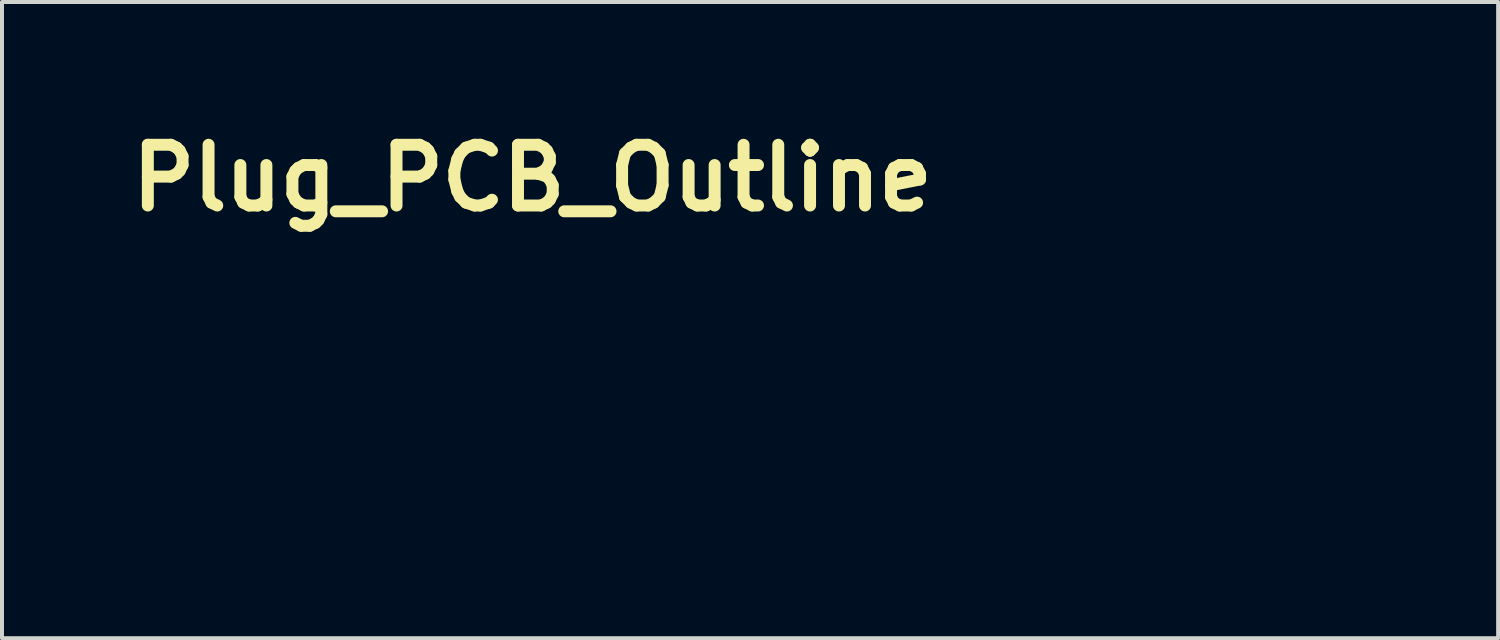
<source format=kicad_pcb>
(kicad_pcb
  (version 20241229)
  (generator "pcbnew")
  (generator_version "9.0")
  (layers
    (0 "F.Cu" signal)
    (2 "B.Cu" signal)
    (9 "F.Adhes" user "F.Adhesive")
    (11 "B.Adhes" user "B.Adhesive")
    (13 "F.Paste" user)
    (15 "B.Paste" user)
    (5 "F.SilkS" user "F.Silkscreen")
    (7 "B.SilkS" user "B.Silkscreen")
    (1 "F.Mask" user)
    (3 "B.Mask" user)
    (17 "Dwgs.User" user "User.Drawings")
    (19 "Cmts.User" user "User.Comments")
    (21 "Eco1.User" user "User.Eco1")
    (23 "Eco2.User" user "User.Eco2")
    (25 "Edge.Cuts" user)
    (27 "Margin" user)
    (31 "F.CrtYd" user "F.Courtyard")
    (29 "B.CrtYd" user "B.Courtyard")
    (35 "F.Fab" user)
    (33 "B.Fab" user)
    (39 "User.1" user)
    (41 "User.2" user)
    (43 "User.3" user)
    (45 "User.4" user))
  (footprint "Plug_PCB_Outline"
    (layer "F.Cu")
    (at 19.212 5.618)
    (property "Reference" "Plug_PCB_Outline" (at -8.9 -4.2 0) (layer "F.SilkS") (effects (font (size 1.524 1.524) (thickness 0.3))))
    (attr through_hole)
    (fp_poly (pts (xy 9.528 -4.338) (xy 9.56 -4.327) (xy 9.612 -4.306) (xy 9.68 -4.275) (xy 9.758 -4.238) (xy 9.842 -4.197) (xy 9.929 -4.153) (xy 10.013 -4.109) (xy 10.091 -4.066) (xy 10.157 -4.029) (xy 10.168 -4.022) (xy 10.411 -3.863) (xy 10.642 -3.69) (xy 10.865 -3.498) (xy 11.058 -3.31) (xy 11.256 -3.098) (xy 11.431 -2.886) (xy 11.588 -2.669) (xy 11.73 -2.439) (xy 11.864 -2.192) (xy 11.902 -2.114) (xy 12.007 -1.885) (xy 12.093 -1.664) (xy 12.166 -1.442) (xy 12.227 -1.211) (xy 12.245 -1.132) (xy 12.266 -1.036) (xy 12.283 -0.952) (xy 12.297 -0.874) (xy 12.308 -0.8) (xy 12.316 -0.724) (xy 12.321 -0.642) (xy 12.325 -0.55) (xy 12.327 -0.444) (xy 12.329 -0.32) (xy 12.329 -0.172) (xy 12.329 -0.157) (xy 12.328 0.005) (xy 12.327 0.144) (xy 12.323 0.264) (xy 12.317 0.37) (xy 12.309 0.467) (xy 12.297 0.559) (xy 12.282 0.65) (xy 12.263 0.745) (xy 12.239 0.848) (xy 12.212 0.955) (xy 12.114 1.288) (xy 11.991 1.609) (xy 11.845 1.918) (xy 11.677 2.214) (xy 11.488 2.495) (xy 11.279 2.761) (xy 11.052 3.01) (xy 10.806 3.241) (xy 10.544 3.454) (xy 10.267 3.647) (xy 9.976 3.819) (xy 9.671 3.969) (xy 9.354 4.096) (xy 9.026 4.199) (xy 8.738 4.267) (xy 8.716 4.272) (xy 8.696 4.277) (xy 8.677 4.281) (xy 8.66 4.285) (xy 8.643 4.289) (xy 8.626 4.293) (xy 8.609 4.296) (xy 8.59 4.3) (xy 8.569 4.303) (xy 8.546 4.306) (xy 8.52 4.309) (xy 8.49 4.312) (xy 8.456 4.314) (xy 8.417 4.317) (xy 8.373 4.319) (xy 8.323 4.321) (xy 8.266 4.323) (xy 8.202 4.325) (xy 8.13 4.327) (xy 8.05 4.329) (xy 7.961 4.33) (xy 7.863 4.332) (xy 7.754 4.333) (xy 7.634 4.334) (xy 7.504 4.335) (xy 7.361 4.336) (xy 7.206 4.337) (xy 7.037 4.338) (xy 6.856 4.339) (xy 6.659 4.34) (xy 6.448 4.34) (xy 6.222 4.341) (xy 5.979 4.341) (xy 5.72 4.342) (xy 5.443 4.342) (xy 5.149 4.342) (xy 4.836 4.343) (xy 4.505 4.343) (xy 4.153 4.343) (xy 3.782 4.343) (xy 3.39 4.343) (xy 2.976 4.343) (xy 2.541 4.343) (xy 2.082 4.343) (xy 1.601 4.343) (xy 1.096 4.343) (xy 0.567 4.343) (xy 0.013 4.343) (xy -0.567 4.343) (xy -1.173 4.343) (xy -1.806 4.343) (xy -12.329 4.343) (xy -12.329 2.295) (xy 6.272 2.295) (xy 6.294 2.417) (xy 6.34 2.526) (xy 6.405 2.62) (xy 6.487 2.699) (xy 6.582 2.759) (xy 6.689 2.799) (xy 6.804 2.817) (xy 6.925 2.81) (xy 7.015 2.79) (xy 7.126 2.742) (xy 7.221 2.671) (xy 7.3 2.579) (xy 7.34 2.512) (xy 7.385 2.398) (xy 7.404 2.283) (xy 7.403 2.245) (xy 8.274 2.245) (xy 8.287 2.373) (xy 8.324 2.489) (xy 8.384 2.592) (xy 8.465 2.679) (xy 8.567 2.748) (xy 8.67 2.792) (xy 8.77 2.813) (xy 8.879 2.814) (xy 8.988 2.797) (xy 9.077 2.765) (xy 9.183 2.702) (xy 9.27 2.62) (xy 9.338 2.524) (xy 9.385 2.417) (xy 9.407 2.301) (xy 9.405 2.182) (xy 9.401 2.159) (xy 9.367 2.035) (xy 9.311 1.927) (xy 9.234 1.836) (xy 9.14 1.765) (xy 9.028 1.714) (xy 8.964 1.696) (xy 8.844 1.682) (xy 8.728 1.693) (xy 8.618 1.727) (xy 8.519 1.781) (xy 8.433 1.854) (xy 8.363 1.942) (xy 8.311 2.043) (xy 8.281 2.156) (xy 8.274 2.245) (xy 7.403 2.245) (xy 7.4 2.169) (xy 7.373 2.06) (xy 7.325 1.959) (xy 7.258 1.868) (xy 7.174 1.792) (xy 7.073 1.733) (xy 6.959 1.695) (xy 6.925 1.688) (xy 6.805 1.681) (xy 6.691 1.699) (xy 6.585 1.74) (xy 6.49 1.8) (xy 6.408 1.877) (xy 6.343 1.969) (xy 6.297 2.073) (xy 6.273 2.187) (xy 6.272 2.295) (xy -12.329 2.295) (xy -12.329 1.697) (xy -8.361 1.697) (xy -8.349 1.777) (xy -8.315 1.846) (xy -8.264 1.898) (xy -8.219 1.923) (xy -8.155 1.936) (xy -8.083 1.934) (xy -8.016 1.917) (xy -7.997 1.908) (xy -7.937 1.861) (xy -7.9 1.801) (xy -7.885 1.73) (xy -5.604 1.73) (xy -5.584 1.802) (xy -5.545 1.864) (xy -5.491 1.908) (xy -5.434 1.929) (xy -5.367 1.936) (xy -5.3 1.931) (xy -5.243 1.912) (xy -5.227 1.902) (xy -5.174 1.853) (xy -5.143 1.796) (xy -5.13 1.724) (xy -5.13 1.721) (xy -5.131 1.693) (xy -2.845 1.693) (xy -2.838 1.769) (xy -2.815 1.829) (xy -2.774 1.879) (xy -2.714 1.917) (xy -2.642 1.936) (xy -2.566 1.935) (xy -2.494 1.913) (xy -2.482 1.907) (xy -2.424 1.86) (xy -2.386 1.799) (xy -2.368 1.731) (xy -2.369 1.669) (xy -0.095 1.669) (xy -0.09 1.744) (xy -0.064 1.816) (xy -0.019 1.878) (xy 0.038 1.917) (xy 0.112 1.934) (xy 0.161 1.934) (xy 0.23 1.926) (xy 0.277 1.907) (xy 0.285 1.902) (xy 0.341 1.849) (xy 0.373 1.787) (xy 0.385 1.711) (xy 0.385 1.697) (xy 0.374 1.613) (xy 0.342 1.546) (xy 0.29 1.497) (xy 0.22 1.468) (xy 0.169 1.46) (xy 0.087 1.466) (xy 0.017 1.494) (xy -0.038 1.54) (xy -0.076 1.6) (xy -0.095 1.669) (xy -2.369 1.669) (xy -2.369 1.66) (xy -2.39 1.592) (xy -2.43 1.532) (xy -2.488 1.487) (xy -2.534 1.467) (xy -2.579 1.459) (xy -2.629 1.46) (xy -2.71 1.477) (xy -2.774 1.515) (xy -2.818 1.571) (xy -2.842 1.645) (xy -2.845 1.693) (xy -5.131 1.693) (xy -5.134 1.634) (xy -5.16 1.563) (xy -5.206 1.509) (xy -5.272 1.475) (xy -5.352 1.46) (xy -5.434 1.466) (xy -5.501 1.493) (xy -5.553 1.543) (xy -5.576 1.579) (xy -5.601 1.654) (xy -5.604 1.73) (xy -7.885 1.73) (xy -7.884 1.725) (xy -7.883 1.697) (xy -7.893 1.615) (xy -7.923 1.55) (xy -7.975 1.502) (xy -8.004 1.485) (xy -8.084 1.46) (xy -8.16 1.458) (xy -8.23 1.479) (xy -8.288 1.519) (xy -8.332 1.577) (xy -8.356 1.649) (xy -8.361 1.697) (xy -12.329 1.697) (xy -12.329 -0.701) (xy -9.827 -0.701) (xy -9.827 1.196) (xy 1.856 1.196) (xy 1.856 0.217) (xy 4.769 0.217) (xy 4.775 0.334) (xy 4.803 0.447) (xy 4.852 0.55) (xy 4.854 0.552) (xy 4.931 0.649) (xy 5.023 0.724) (xy 5.129 0.775) (xy 5.249 0.802) (xy 5.354 0.807) (xy 5.421 0.803) (xy 5.472 0.796) (xy 5.518 0.782) (xy 5.569 0.76) (xy 5.68 0.695) (xy 5.768 0.614) (xy 5.834 0.519) (xy 5.876 0.409) (xy 5.894 0.285) (xy 5.894 0.215) (xy 6.476 0.215) (xy 6.481 0.344) (xy 6.509 0.458) (xy 6.56 0.559) (xy 6.635 0.648) (xy 6.645 0.658) (xy 6.738 0.73) (xy 6.837 0.777) (xy 6.946 0.802) (xy 7.058 0.807) (xy 7.125 0.803) (xy 7.176 0.796) (xy 7.222 0.782) (xy 7.273 0.76) (xy 7.383 0.695) (xy 7.471 0.614) (xy 7.537 0.518) (xy 7.579 0.408) (xy 7.597 0.291) (xy 7.776 0.291) (xy 7.795 0.402) (xy 7.837 0.508) (xy 7.901 0.605) (xy 7.925 0.632) (xy 8.009 0.709) (xy 8.099 0.763) (xy 8.197 0.795) (xy 8.31 0.807) (xy 8.364 0.807) (xy 8.431 0.803) (xy 8.482 0.796) (xy 8.528 0.782) (xy 8.579 0.76) (xy 8.683 0.7) (xy 8.766 0.624) (xy 8.831 0.529) (xy 8.846 0.501) (xy 8.874 0.441) (xy 8.89 0.389) (xy 8.899 0.331) (xy 8.903 0.286) (xy 8.903 0.274) (xy 9.777 0.274) (xy 9.795 0.389) (xy 9.836 0.498) (xy 9.897 0.597) (xy 9.976 0.68) (xy 10.071 0.744) (xy 10.083 0.75) (xy 10.143 0.778) (xy 10.196 0.795) (xy 10.25 0.804) (xy 10.315 0.807) (xy 10.37 0.806) (xy 10.437 0.803) (xy 10.487 0.796) (xy 10.532 0.783) (xy 10.584 0.761) (xy 10.587 0.76) (xy 10.693 0.696) (xy 10.78 0.613) (xy 10.846 0.515) (xy 10.89 0.404) (xy 10.91 0.282) (xy 10.909 0.195) (xy 10.887 0.077) (xy 10.842 -0.03) (xy 10.777 -0.124) (xy 10.695 -0.203) (xy 10.598 -0.264) (xy 10.491 -0.305) (xy 10.376 -0.322) (xy 10.263 -0.316) (xy 10.14 -0.284) (xy 10.032 -0.23) (xy 9.939 -0.155) (xy 9.865 -0.062) (xy 9.812 0.048) (xy 9.783 0.157) (xy 9.777 0.274) (xy 8.903 0.274) (xy 8.9 0.158) (xy 8.873 0.044) (xy 8.823 -0.059) (xy 8.747 -0.152) (xy 8.727 -0.171) (xy 8.629 -0.245) (xy 8.52 -0.294) (xy 8.405 -0.319) (xy 8.284 -0.319) (xy 8.163 -0.293) (xy 8.088 -0.263) (xy 7.988 -0.202) (xy 7.907 -0.124) (xy 7.844 -0.032) (xy 7.801 0.071) (xy 7.778 0.179) (xy 7.776 0.291) (xy 7.597 0.291) (xy 7.598 0.283) (xy 7.598 0.206) (xy 7.593 0.138) (xy 7.584 0.087) (xy 7.568 0.039) (xy 7.548 -0.005) (xy 7.482 -0.109) (xy 7.396 -0.195) (xy 7.294 -0.261) (xy 7.179 -0.305) (xy 7.123 -0.317) (xy 7.005 -0.322) (xy 6.889 -0.303) (xy 6.78 -0.261) (xy 6.681 -0.198) (xy 6.598 -0.117) (xy 6.533 -0.02) (xy 6.525 -0.003) (xy 6.502 0.05) (xy 6.488 0.098) (xy 6.48 0.152) (xy 6.476 0.215) (xy 5.894 0.215) (xy 5.889 0.146) (xy 5.881 0.093) (xy 5.866 0.045) (xy 5.845 -0.003) (xy 5.784 -0.103) (xy 5.703 -0.186) (xy 5.607 -0.252) (xy 5.5 -0.298) (xy 5.386 -0.321) (xy 5.27 -0.32) (xy 5.246 -0.316) (xy 5.124 -0.282) (xy 5.015 -0.225) (xy 4.922 -0.147) (xy 4.847 -0.05) (xy 4.822 -0.005) (xy 4.785 0.101) (xy 4.769 0.217) (xy 1.856 0.217) (xy 1.856 -0.701) (xy -9.827 -0.701) (xy -12.329 -0.701) (xy -12.329 -1.207) (xy -6.982 -1.207) (xy -6.97 -1.126) (xy -6.936 -1.058) (xy -6.884 -1.006) (xy -6.818 -0.975) (xy -6.74 -0.966) (xy -6.724 -0.967) (xy -6.672 -0.977) (xy -6.622 -0.994) (xy -6.605 -1.003) (xy -6.554 -1.049) (xy -6.52 -1.111) (xy -6.504 -1.183) (xy -6.505 -1.196) (xy -4.23 -1.196) (xy -4.226 -1.167) (xy -4.201 -1.097) (xy -4.156 -1.036) (xy -4.095 -0.991) (xy -4.024 -0.966) (xy -3.986 -0.962) (xy -3.943 -0.969) (xy -3.894 -0.985) (xy -3.876 -0.993) (xy -3.814 -1.037) (xy -3.772 -1.094) (xy -3.749 -1.159) (xy -3.744 -1.228) (xy -3.745 -1.232) (xy -1.468 -1.232) (xy -1.463 -1.147) (xy -1.435 -1.075) (xy -1.387 -1.018) (xy -1.319 -0.979) (xy -1.307 -0.974) (xy -1.253 -0.967) (xy -1.189 -0.972) (xy -1.128 -0.987) (xy -1.093 -1.003) (xy -1.042 -1.05) (xy -1.008 -1.114) (xy -0.992 -1.19) (xy -0.993 -1.232) (xy -1.011 -1.308) (xy -1.048 -1.369) (xy -1.1 -1.414) (xy -1.162 -1.441) (xy -1.23 -1.45) (xy -1.3 -1.44) (xy -1.366 -1.408) (xy -1.425 -1.355) (xy -1.434 -1.343) (xy -1.454 -1.302) (xy -1.466 -1.245) (xy -1.468 -1.232) (xy -3.745 -1.232) (xy -3.758 -1.294) (xy -3.789 -1.354) (xy -3.838 -1.403) (xy -3.903 -1.435) (xy -3.923 -1.44) (xy -4.006 -1.446) (xy -4.08 -1.429) (xy -4.144 -1.392) (xy -4.192 -1.339) (xy -4.222 -1.273) (xy -4.23 -1.196) (xy -6.505 -1.196) (xy -6.507 -1.256) (xy -6.529 -1.324) (xy -6.548 -1.353) (xy -6.604 -1.408) (xy -6.671 -1.439) (xy -6.742 -1.447) (xy -6.825 -1.435) (xy -6.893 -1.402) (xy -6.943 -1.348) (xy -6.974 -1.278) (xy -6.982 -1.207) (xy -12.329 -1.207) (xy -12.329 -1.736) (xy 5.267 -1.736) (xy 5.284 -1.624) (xy 5.321 -1.517) (xy 5.376 -1.419) (xy 5.448 -1.337) (xy 5.523 -1.282) (xy 5.604 -1.239) (xy 5.678 -1.213) (xy 5.757 -1.201) (xy 5.85 -1.199) (xy 5.855 -1.199) (xy 5.923 -1.203) (xy 5.974 -1.209) (xy 6.018 -1.221) (xy 6.065 -1.241) (xy 6.078 -1.247) (xy 6.181 -1.309) (xy 6.265 -1.387) (xy 6.328 -1.477) (xy 6.373 -1.576) (xy 6.397 -1.681) (xy 6.401 -1.768) (xy 7.274 -1.768) (xy 7.281 -1.659) (xy 7.308 -1.554) (xy 7.354 -1.456) (xy 7.42 -1.369) (xy 7.505 -1.297) (xy 7.531 -1.281) (xy 7.611 -1.239) (xy 7.685 -1.213) (xy 7.763 -1.201) (xy 7.856 -1.199) (xy 7.863 -1.199) (xy 7.929 -1.202) (xy 7.978 -1.208) (xy 8.019 -1.219) (xy 8.063 -1.237) (xy 8.09 -1.25) (xy 8.191 -1.314) (xy 8.274 -1.393) (xy 8.336 -1.485) (xy 8.378 -1.585) (xy 8.401 -1.691) (xy 8.403 -1.732) (xy 9.279 -1.732) (xy 9.293 -1.623) (xy 9.327 -1.519) (xy 9.383 -1.423) (xy 9.459 -1.337) (xy 9.532 -1.281) (xy 9.615 -1.237) (xy 9.702 -1.211) (xy 9.803 -1.2) (xy 9.87 -1.2) (xy 9.936 -1.203) (xy 9.985 -1.208) (xy 10.026 -1.219) (xy 10.069 -1.237) (xy 10.093 -1.248) (xy 10.197 -1.314) (xy 10.281 -1.397) (xy 10.346 -1.494) (xy 10.388 -1.601) (xy 10.408 -1.716) (xy 10.405 -1.835) (xy 10.376 -1.954) (xy 10.351 -2.014) (xy 10.29 -2.114) (xy 10.206 -2.198) (xy 10.101 -2.266) (xy 10.091 -2.271) (xy 10.05 -2.29) (xy 10.016 -2.303) (xy 9.982 -2.311) (xy 9.94 -2.315) (xy 9.882 -2.316) (xy 9.841 -2.316) (xy 9.77 -2.315) (xy 9.718 -2.312) (xy 9.679 -2.306) (xy 9.645 -2.296) (xy 9.608 -2.281) (xy 9.606 -2.279) (xy 9.503 -2.218) (xy 9.42 -2.14) (xy 9.355 -2.049) (xy 9.31 -1.948) (xy 9.284 -1.841) (xy 9.279 -1.732) (xy 8.403 -1.732) (xy 8.405 -1.798) (xy 8.388 -1.905) (xy 8.352 -2.007) (xy 8.296 -2.1) (xy 8.221 -2.183) (xy 8.126 -2.251) (xy 8.086 -2.271) (xy 8.032 -2.294) (xy 7.984 -2.308) (xy 7.931 -2.316) (xy 7.867 -2.32) (xy 7.761 -2.319) (xy 7.671 -2.303) (xy 7.588 -2.271) (xy 7.529 -2.238) (xy 7.439 -2.166) (xy 7.369 -2.08) (xy 7.318 -1.982) (xy 7.286 -1.877) (xy 7.274 -1.768) (xy 6.401 -1.768) (xy 6.402 -1.789) (xy 6.386 -1.895) (xy 6.352 -1.998) (xy 6.297 -2.092) (xy 6.222 -2.176) (xy 6.127 -2.245) (xy 6.092 -2.264) (xy 6.045 -2.287) (xy 6.008 -2.302) (xy 5.973 -2.31) (xy 5.932 -2.315) (xy 5.876 -2.316) (xy 5.835 -2.316) (xy 5.767 -2.316) (xy 5.718 -2.313) (xy 5.681 -2.307) (xy 5.646 -2.296) (xy 5.606 -2.278) (xy 5.577 -2.264) (xy 5.472 -2.198) (xy 5.388 -2.115) (xy 5.325 -2.015) (xy 5.284 -1.897) (xy 5.274 -1.848) (xy 5.267 -1.736) (xy -12.329 -1.736) (xy -12.329 -2.57) (xy 4.024 -2.57) (xy 4.062 -2.629) (xy 4.253 -2.898) (xy 4.467 -3.155) (xy 4.702 -3.397) (xy 4.954 -3.623) (xy 5.222 -3.83) (xy 5.503 -4.016) (xy 5.793 -4.179) (xy 5.966 -4.262) (xy 6.032 -4.291) (xy 6.092 -4.316) (xy 6.138 -4.334) (xy 6.167 -4.343) (xy 6.172 -4.343) (xy 6.182 -4.342) (xy 6.189 -4.335) (xy 6.194 -4.319) (xy 6.197 -4.29) (xy 6.198 -4.244) (xy 6.199 -4.177) (xy 6.199 -4.117) (xy 6.199 -3.89) (xy 9.484 -3.89) (xy 9.484 -4.347) (xy 9.528 -4.338)) (stroke (width 0.01) (type solid)) (fill no) (layer "Eco1.User")))
  (gr_rect
    (start -3 -3)
    (end 34.546 12.966)
    (stroke (width 0.1) (type default))
    (fill no)
    (layer "Edge.Cuts")))
</source>
